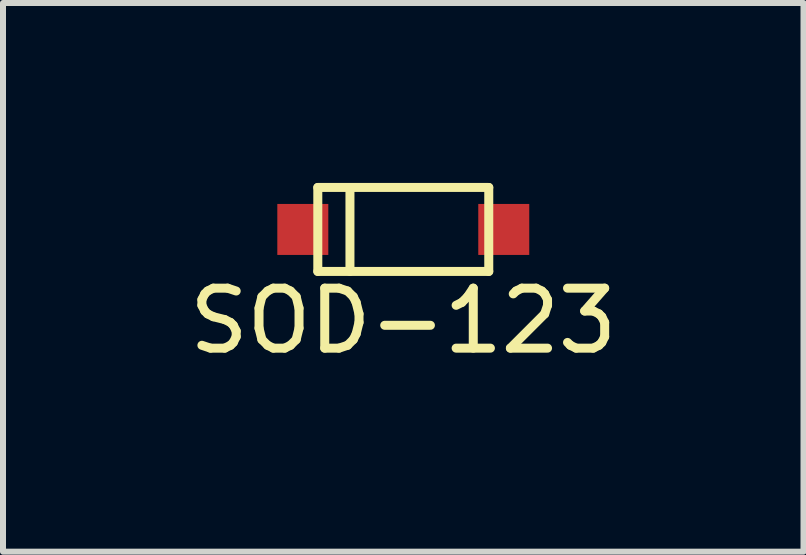
<source format=kicad_pcb>
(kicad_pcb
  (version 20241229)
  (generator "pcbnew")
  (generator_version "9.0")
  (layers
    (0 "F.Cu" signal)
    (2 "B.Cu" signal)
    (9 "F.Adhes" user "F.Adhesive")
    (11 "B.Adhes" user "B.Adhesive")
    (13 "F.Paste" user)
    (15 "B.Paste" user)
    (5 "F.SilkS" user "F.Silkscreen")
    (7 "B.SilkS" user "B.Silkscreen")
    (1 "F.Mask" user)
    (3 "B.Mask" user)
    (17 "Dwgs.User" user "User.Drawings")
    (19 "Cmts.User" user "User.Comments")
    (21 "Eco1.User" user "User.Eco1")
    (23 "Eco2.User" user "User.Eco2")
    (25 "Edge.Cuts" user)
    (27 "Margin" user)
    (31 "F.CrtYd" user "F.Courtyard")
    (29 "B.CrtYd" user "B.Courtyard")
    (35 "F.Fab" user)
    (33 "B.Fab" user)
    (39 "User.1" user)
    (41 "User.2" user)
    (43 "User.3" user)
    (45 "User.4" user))
  (footprint "SOD-123"
    (layer "F.Cu")
    (at 3.673 0.775)
    (property "Reference" "SOD-123" (at 0 1.524 0) (layer "F.SilkS") (effects (font (size 1 1) (thickness 0.15))))
    (attr through_hole)
    (fp_line (start -1.425 -0.7) (end -1.425 0.7) (stroke (width 0.15) (type solid)) (layer "F.SilkS"))
    (fp_line (start -1.425 -0.7) (end 1.425 -0.7) (stroke (width 0.15) (type solid)) (layer "F.SilkS"))
    (fp_line (start -1.425 0.7) (end 1.425 0.7) (stroke (width 0.15) (type solid)) (layer "F.SilkS"))
    (fp_line (start -0.889 -0.7) (end -0.889 0.7) (stroke (width 0.15) (type solid)) (layer "F.SilkS"))
    (fp_line (start 1.425 -0.7) (end 1.425 0.7) (stroke (width 0.15) (type solid)) (layer "F.SilkS"))
    (pad "1" smd rect (at 1.675 0) (size 0.85 0.85) (layers "F.Cu" "F.Mask" "F.Paste"))
    (pad "2" smd rect (at -1.675 0) (size 0.85 0.85) (layers "F.Cu" "F.Mask" "F.Paste")))
  (gr_rect
    (start -3 -3)
    (end 10.345 6.147)
    (stroke (width 0.1) (type default))
    (fill no)
    (layer "Edge.Cuts")))
</source>
